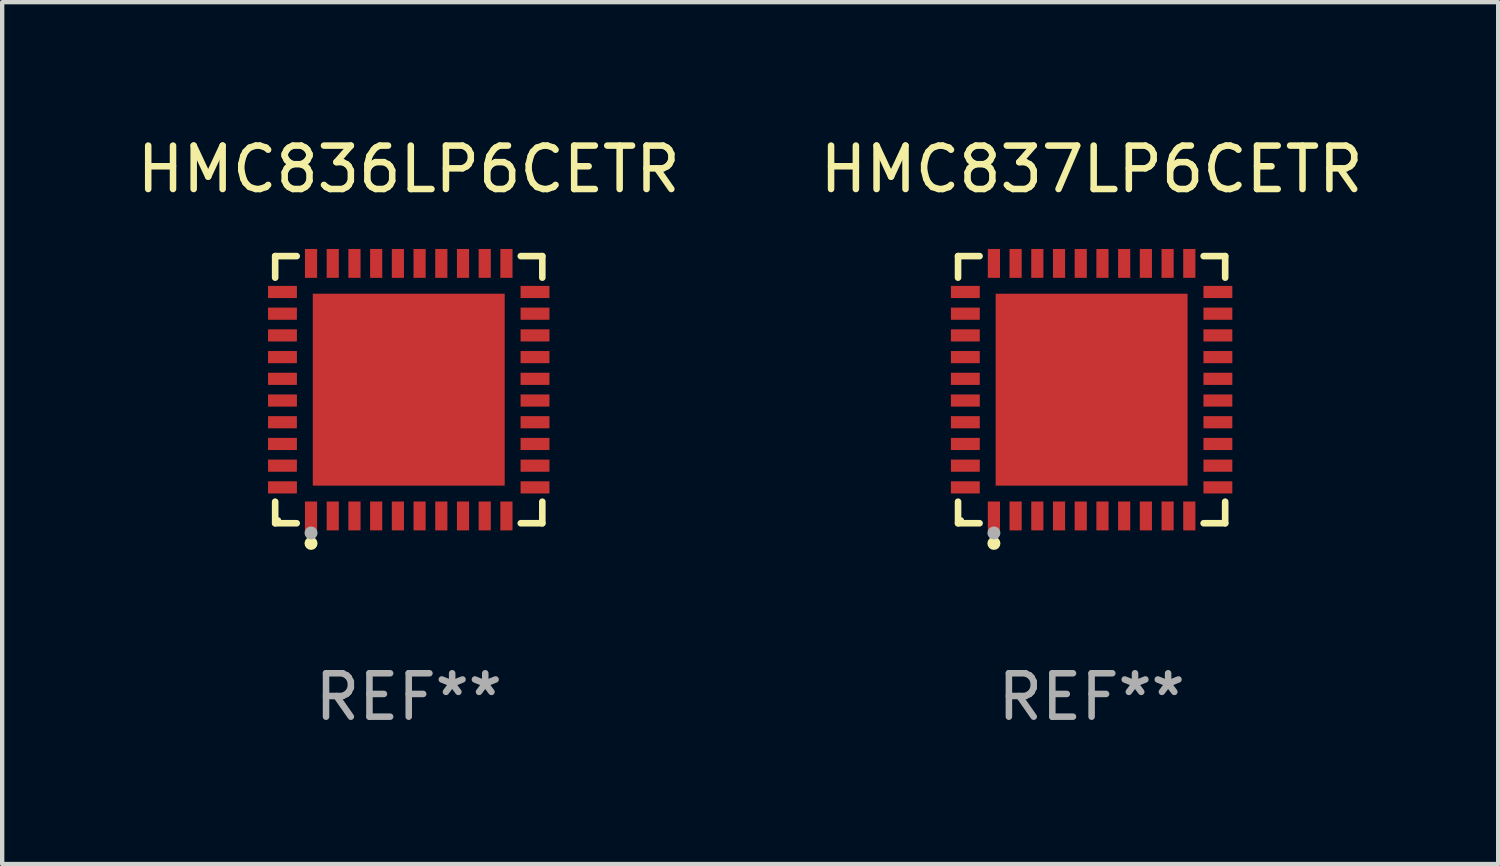
<source format=kicad_pcb>
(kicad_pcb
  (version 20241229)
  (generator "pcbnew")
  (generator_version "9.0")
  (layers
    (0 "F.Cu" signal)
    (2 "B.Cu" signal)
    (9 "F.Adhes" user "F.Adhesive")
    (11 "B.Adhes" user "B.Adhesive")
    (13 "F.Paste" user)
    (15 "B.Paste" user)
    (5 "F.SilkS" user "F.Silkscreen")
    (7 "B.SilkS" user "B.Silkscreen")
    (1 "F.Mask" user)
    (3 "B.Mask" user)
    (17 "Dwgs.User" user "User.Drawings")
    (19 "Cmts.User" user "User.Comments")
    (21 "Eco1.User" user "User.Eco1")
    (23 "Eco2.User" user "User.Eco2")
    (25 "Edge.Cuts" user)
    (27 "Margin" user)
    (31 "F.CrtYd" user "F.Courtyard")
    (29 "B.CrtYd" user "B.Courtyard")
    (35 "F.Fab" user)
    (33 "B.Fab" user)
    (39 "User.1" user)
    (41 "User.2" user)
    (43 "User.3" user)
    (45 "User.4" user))
  (footprint "HMC836LP6CETR"
    (layer "F.Cu")
    (at 6.363 5.924)
    (property "Reference" "HMC836LP6CETR" (at 0 -5.076 0) (layer "F.SilkS") (effects (font (size 1 1) (thickness 0.15))))
    (attr through_hole)
    (fp_line (start -3.076 -3.076) (end -2.58 -3.076) (stroke (width 0.152) (type solid)) (layer "F.SilkS"))
    (fp_line (start -3.076 -2.58) (end -3.076 -3.076) (stroke (width 0.152) (type solid)) (layer "F.SilkS"))
    (fp_line (start -3.076 2.58) (end -3.076 3.076) (stroke (width 0.152) (type solid)) (layer "F.SilkS"))
    (fp_line (start -3.076 3.076) (end -2.58 3.076) (stroke (width 0.152) (type solid)) (layer "F.SilkS"))
    (fp_line (start 3.076 -3.076) (end 2.58 -3.076) (stroke (width 0.152) (type solid)) (layer "F.SilkS"))
    (fp_line (start 3.076 -2.58) (end 3.076 -3.076) (stroke (width 0.152) (type solid)) (layer "F.SilkS"))
    (fp_line (start 3.076 2.58) (end 3.076 3.076) (stroke (width 0.152) (type solid)) (layer "F.SilkS"))
    (fp_line (start 3.076 3.076) (end 2.58 3.076) (stroke (width 0.152) (type solid)) (layer "F.SilkS"))
    (fp_circle (center -3 3) (end -2.97 3) (stroke (width 0.06) (type solid)) (fill no) (layer "F.SilkS"))
    (fp_circle (center -2.25 3.54) (end -2.175 3.54) (stroke (width 0.15) (type solid)) (fill no) (layer "F.SilkS"))
    (fp_circle (center -2.25 3.3) (end -2.175 3.3) (stroke (width 0.15) (type solid)) (fill no) (layer "F.Fab"))
    (fp_text user "REF**" (at 0 7.076 0) (layer "F.Fab") (effects (font (size 1 1) (thickness 0.15))))
    (pad "1" smd rect (at -2.25 2.908) (size 0.28 0.665) (layers "F.Cu" "F.Mask" "F.Paste"))
    (pad "2" smd rect (at -1.75 2.908) (size 0.28 0.665) (layers "F.Cu" "F.Mask" "F.Paste"))
    (pad "3" smd rect (at -1.25 2.908) (size 0.28 0.665) (layers "F.Cu" "F.Mask" "F.Paste"))
    (pad "4" smd rect (at -0.75 2.908) (size 0.28 0.665) (layers "F.Cu" "F.Mask" "F.Paste"))
    (pad "5" smd rect (at -0.25 2.908) (size 0.28 0.665) (layers "F.Cu" "F.Mask" "F.Paste"))
    (pad "6" smd rect (at 0.25 2.908) (size 0.28 0.665) (layers "F.Cu" "F.Mask" "F.Paste"))
    (pad "7" smd rect (at 0.75 2.908) (size 0.28 0.665) (layers "F.Cu" "F.Mask" "F.Paste"))
    (pad "8" smd rect (at 1.25 2.908) (size 0.28 0.665) (layers "F.Cu" "F.Mask" "F.Paste"))
    (pad "9" smd rect (at 1.75 2.908) (size 0.28 0.665) (layers "F.Cu" "F.Mask" "F.Paste"))
    (pad "10" smd rect (at 2.25 2.908) (size 0.28 0.665) (layers "F.Cu" "F.Mask" "F.Paste"))
    (pad "11" smd rect (at 2.908 2.25) (size 0.665 0.28) (layers "F.Cu" "F.Mask" "F.Paste"))
    (pad "12" smd rect (at 2.908 1.75) (size 0.665 0.28) (layers "F.Cu" "F.Mask" "F.Paste"))
    (pad "13" smd rect (at 2.908 1.25) (size 0.665 0.28) (layers "F.Cu" "F.Mask" "F.Paste"))
    (pad "14" smd rect (at 2.908 0.75) (size 0.665 0.28) (layers "F.Cu" "F.Mask" "F.Paste"))
    (pad "15" smd rect (at 2.908 0.25) (size 0.665 0.28) (layers "F.Cu" "F.Mask" "F.Paste"))
    (pad "16" smd rect (at 2.908 -0.25) (size 0.665 0.28) (layers "F.Cu" "F.Mask" "F.Paste"))
    (pad "17" smd rect (at 2.908 -0.75) (size 0.665 0.28) (layers "F.Cu" "F.Mask" "F.Paste"))
    (pad "18" smd rect (at 2.908 -1.25) (size 0.665 0.28) (layers "F.Cu" "F.Mask" "F.Paste"))
    (pad "19" smd rect (at 2.908 -1.75) (size 0.665 0.28) (layers "F.Cu" "F.Mask" "F.Paste"))
    (pad "20" smd rect (at 2.908 -2.25) (size 0.665 0.28) (layers "F.Cu" "F.Mask" "F.Paste"))
    (pad "21" smd rect (at 2.25 -2.908) (size 0.28 0.665) (layers "F.Cu" "F.Mask" "F.Paste"))
    (pad "22" smd rect (at 1.75 -2.908) (size 0.28 0.665) (layers "F.Cu" "F.Mask" "F.Paste"))
    (pad "23" smd rect (at 1.25 -2.908) (size 0.28 0.665) (layers "F.Cu" "F.Mask" "F.Paste"))
    (pad "24" smd rect (at 0.75 -2.908) (size 0.28 0.665) (layers "F.Cu" "F.Mask" "F.Paste"))
    (pad "25" smd rect (at 0.25 -2.908) (size 0.28 0.665) (layers "F.Cu" "F.Mask" "F.Paste"))
    (pad "26" smd rect (at -0.25 -2.908) (size 0.28 0.665) (layers "F.Cu" "F.Mask" "F.Paste"))
    (pad "27" smd rect (at -0.75 -2.908) (size 0.28 0.665) (layers "F.Cu" "F.Mask" "F.Paste"))
    (pad "28" smd rect (at -1.25 -2.908) (size 0.28 0.665) (layers "F.Cu" "F.Mask" "F.Paste"))
    (pad "29" smd rect (at -1.75 -2.908) (size 0.28 0.665) (layers "F.Cu" "F.Mask" "F.Paste"))
    (pad "30" smd rect (at -2.25 -2.908) (size 0.28 0.665) (layers "F.Cu" "F.Mask" "F.Paste"))
    (pad "31" smd rect (at -2.908 -2.25) (size 0.665 0.28) (layers "F.Cu" "F.Mask" "F.Paste"))
    (pad "32" smd rect (at -2.908 -1.75) (size 0.665 0.28) (layers "F.Cu" "F.Mask" "F.Paste"))
    (pad "33" smd rect (at -2.908 -1.25) (size 0.665 0.28) (layers "F.Cu" "F.Mask" "F.Paste"))
    (pad "34" smd rect (at -2.908 -0.75) (size 0.665 0.28) (layers "F.Cu" "F.Mask" "F.Paste"))
    (pad "35" smd rect (at -2.908 -0.25) (size 0.665 0.28) (layers "F.Cu" "F.Mask" "F.Paste"))
    (pad "36" smd rect (at -2.908 0.25) (size 0.665 0.28) (layers "F.Cu" "F.Mask" "F.Paste"))
    (pad "37" smd rect (at -2.908 0.75) (size 0.665 0.28) (layers "F.Cu" "F.Mask" "F.Paste"))
    (pad "38" smd rect (at -2.908 1.25) (size 0.665 0.28) (layers "F.Cu" "F.Mask" "F.Paste"))
    (pad "39" smd rect (at -2.908 1.75) (size 0.665 0.28) (layers "F.Cu" "F.Mask" "F.Paste"))
    (pad "40" smd rect (at -2.908 2.25) (size 0.665 0.28) (layers "F.Cu" "F.Mask" "F.Paste"))
    (pad "41" smd rect (at 0 0) (size 4.42 4.42) (layers "F.Cu" "F.Mask" "F.Paste")))
  (footprint "HMC837LP6CETR"
    (layer "F.Cu")
    (at 22.089 5.924)
    (property "Reference" "HMC837LP6CETR" (at 0 -5.076 0) (layer "F.SilkS") (effects (font (size 1 1) (thickness 0.15))))
    (attr through_hole)
    (fp_line (start -3.076 -3.076) (end -2.58 -3.076) (stroke (width 0.152) (type solid)) (layer "F.SilkS"))
    (fp_line (start -3.076 -2.58) (end -3.076 -3.076) (stroke (width 0.152) (type solid)) (layer "F.SilkS"))
    (fp_line (start -3.076 2.58) (end -3.076 3.076) (stroke (width 0.152) (type solid)) (layer "F.SilkS"))
    (fp_line (start -3.076 3.076) (end -2.58 3.076) (stroke (width 0.152) (type solid)) (layer "F.SilkS"))
    (fp_line (start 3.076 -3.076) (end 2.58 -3.076) (stroke (width 0.152) (type solid)) (layer "F.SilkS"))
    (fp_line (start 3.076 -2.58) (end 3.076 -3.076) (stroke (width 0.152) (type solid)) (layer "F.SilkS"))
    (fp_line (start 3.076 2.58) (end 3.076 3.076) (stroke (width 0.152) (type solid)) (layer "F.SilkS"))
    (fp_line (start 3.076 3.076) (end 2.58 3.076) (stroke (width 0.152) (type solid)) (layer "F.SilkS"))
    (fp_circle (center -3 3) (end -2.97 3) (stroke (width 0.06) (type solid)) (fill no) (layer "F.SilkS"))
    (fp_circle (center -2.25 3.54) (end -2.175 3.54) (stroke (width 0.15) (type solid)) (fill no) (layer "F.SilkS"))
    (fp_circle (center -2.25 3.3) (end -2.175 3.3) (stroke (width 0.15) (type solid)) (fill no) (layer "F.Fab"))
    (fp_text user "REF**" (at 0 7.076 0) (layer "F.Fab") (effects (font (size 1 1) (thickness 0.15))))
    (pad "1" smd rect (at -2.25 2.908) (size 0.28 0.665) (layers "F.Cu" "F.Mask" "F.Paste"))
    (pad "2" smd rect (at -1.75 2.908) (size 0.28 0.665) (layers "F.Cu" "F.Mask" "F.Paste"))
    (pad "3" smd rect (at -1.25 2.908) (size 0.28 0.665) (layers "F.Cu" "F.Mask" "F.Paste"))
    (pad "4" smd rect (at -0.75 2.908) (size 0.28 0.665) (layers "F.Cu" "F.Mask" "F.Paste"))
    (pad "5" smd rect (at -0.25 2.908) (size 0.28 0.665) (layers "F.Cu" "F.Mask" "F.Paste"))
    (pad "6" smd rect (at 0.25 2.908) (size 0.28 0.665) (layers "F.Cu" "F.Mask" "F.Paste"))
    (pad "7" smd rect (at 0.75 2.908) (size 0.28 0.665) (layers "F.Cu" "F.Mask" "F.Paste"))
    (pad "8" smd rect (at 1.25 2.908) (size 0.28 0.665) (layers "F.Cu" "F.Mask" "F.Paste"))
    (pad "9" smd rect (at 1.75 2.908) (size 0.28 0.665) (layers "F.Cu" "F.Mask" "F.Paste"))
    (pad "10" smd rect (at 2.25 2.908) (size 0.28 0.665) (layers "F.Cu" "F.Mask" "F.Paste"))
    (pad "11" smd rect (at 2.908 2.25) (size 0.665 0.28) (layers "F.Cu" "F.Mask" "F.Paste"))
    (pad "12" smd rect (at 2.908 1.75) (size 0.665 0.28) (layers "F.Cu" "F.Mask" "F.Paste"))
    (pad "13" smd rect (at 2.908 1.25) (size 0.665 0.28) (layers "F.Cu" "F.Mask" "F.Paste"))
    (pad "14" smd rect (at 2.908 0.75) (size 0.665 0.28) (layers "F.Cu" "F.Mask" "F.Paste"))
    (pad "15" smd rect (at 2.908 0.25) (size 0.665 0.28) (layers "F.Cu" "F.Mask" "F.Paste"))
    (pad "16" smd rect (at 2.908 -0.25) (size 0.665 0.28) (layers "F.Cu" "F.Mask" "F.Paste"))
    (pad "17" smd rect (at 2.908 -0.75) (size 0.665 0.28) (layers "F.Cu" "F.Mask" "F.Paste"))
    (pad "18" smd rect (at 2.908 -1.25) (size 0.665 0.28) (layers "F.Cu" "F.Mask" "F.Paste"))
    (pad "19" smd rect (at 2.908 -1.75) (size 0.665 0.28) (layers "F.Cu" "F.Mask" "F.Paste"))
    (pad "20" smd rect (at 2.908 -2.25) (size 0.665 0.28) (layers "F.Cu" "F.Mask" "F.Paste"))
    (pad "21" smd rect (at 2.25 -2.908) (size 0.28 0.665) (layers "F.Cu" "F.Mask" "F.Paste"))
    (pad "22" smd rect (at 1.75 -2.908) (size 0.28 0.665) (layers "F.Cu" "F.Mask" "F.Paste"))
    (pad "23" smd rect (at 1.25 -2.908) (size 0.28 0.665) (layers "F.Cu" "F.Mask" "F.Paste"))
    (pad "24" smd rect (at 0.75 -2.908) (size 0.28 0.665) (layers "F.Cu" "F.Mask" "F.Paste"))
    (pad "25" smd rect (at 0.25 -2.908) (size 0.28 0.665) (layers "F.Cu" "F.Mask" "F.Paste"))
    (pad "26" smd rect (at -0.25 -2.908) (size 0.28 0.665) (layers "F.Cu" "F.Mask" "F.Paste"))
    (pad "27" smd rect (at -0.75 -2.908) (size 0.28 0.665) (layers "F.Cu" "F.Mask" "F.Paste"))
    (pad "28" smd rect (at -1.25 -2.908) (size 0.28 0.665) (layers "F.Cu" "F.Mask" "F.Paste"))
    (pad "29" smd rect (at -1.75 -2.908) (size 0.28 0.665) (layers "F.Cu" "F.Mask" "F.Paste"))
    (pad "30" smd rect (at -2.25 -2.908) (size 0.28 0.665) (layers "F.Cu" "F.Mask" "F.Paste"))
    (pad "31" smd rect (at -2.908 -2.25) (size 0.665 0.28) (layers "F.Cu" "F.Mask" "F.Paste"))
    (pad "32" smd rect (at -2.908 -1.75) (size 0.665 0.28) (layers "F.Cu" "F.Mask" "F.Paste"))
    (pad "33" smd rect (at -2.908 -1.25) (size 0.665 0.28) (layers "F.Cu" "F.Mask" "F.Paste"))
    (pad "34" smd rect (at -2.908 -0.75) (size 0.665 0.28) (layers "F.Cu" "F.Mask" "F.Paste"))
    (pad "35" smd rect (at -2.908 -0.25) (size 0.665 0.28) (layers "F.Cu" "F.Mask" "F.Paste"))
    (pad "36" smd rect (at -2.908 0.25) (size 0.665 0.28) (layers "F.Cu" "F.Mask" "F.Paste"))
    (pad "37" smd rect (at -2.908 0.75) (size 0.665 0.28) (layers "F.Cu" "F.Mask" "F.Paste"))
    (pad "38" smd rect (at -2.908 1.25) (size 0.665 0.28) (layers "F.Cu" "F.Mask" "F.Paste"))
    (pad "39" smd rect (at -2.908 1.75) (size 0.665 0.28) (layers "F.Cu" "F.Mask" "F.Paste"))
    (pad "40" smd rect (at -2.908 2.25) (size 0.665 0.28) (layers "F.Cu" "F.Mask" "F.Paste"))
    (pad "41" smd rect (at 0 0) (size 4.42 4.42) (layers "F.Cu" "F.Mask" "F.Paste")))
  (gr_rect
    (start -3 -3)
    (end 31.452 16.849)
    (stroke (width 0.1) (type default))
    (fill no)
    (layer "Edge.Cuts")))
</source>
